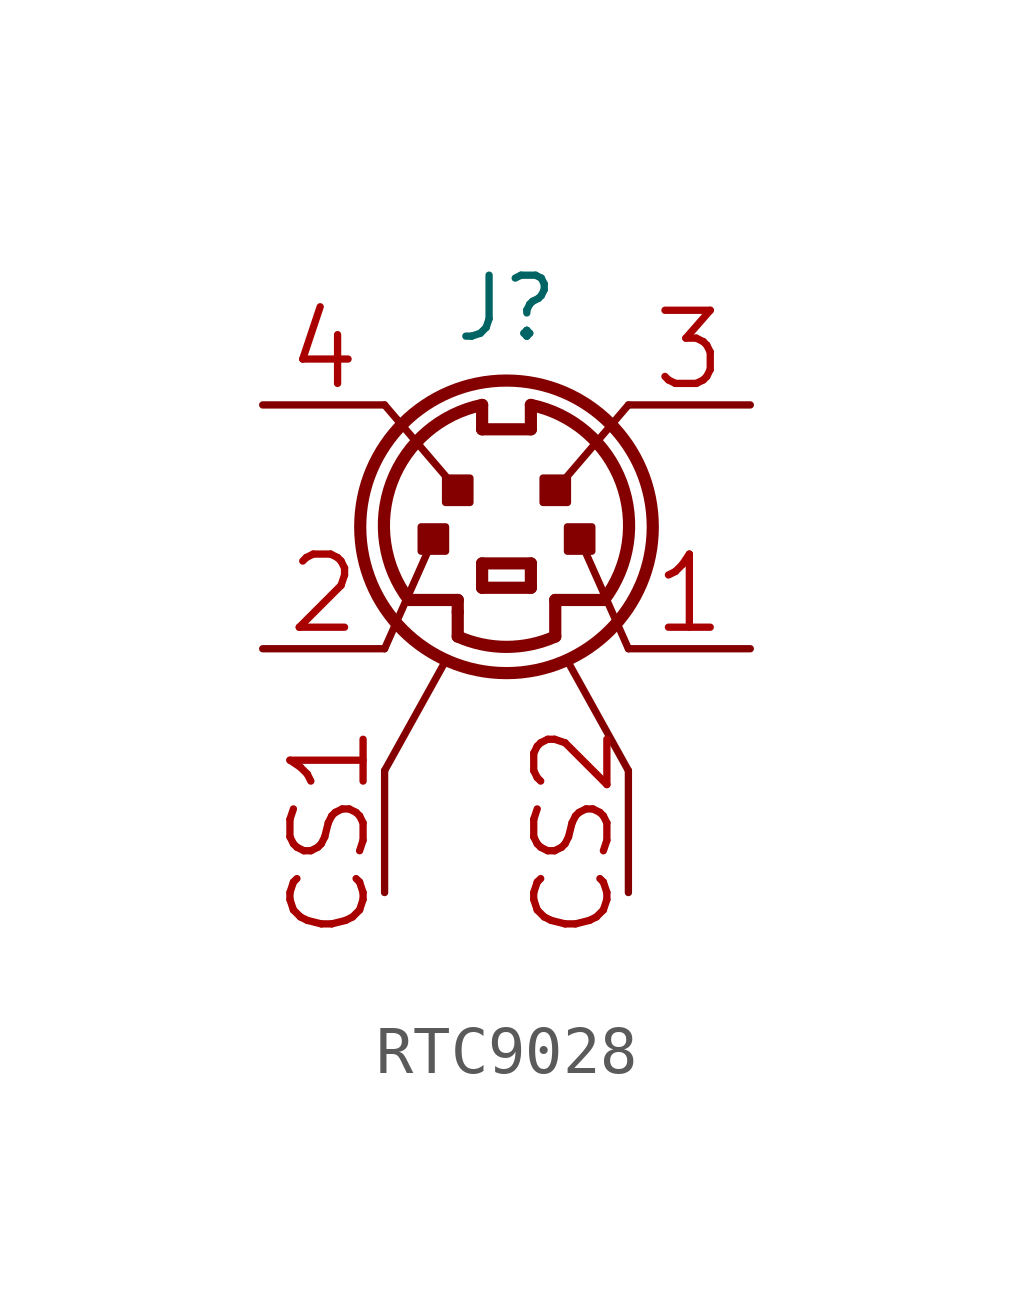
<source format=kicad_sym>
(kicad_symbol_lib
  (version 20241209)
  (generator "kicad_symbol_editor")
  (generator_version "9.0")
  (symbol "RTC9028"
    (property "Reference" "J"
      (at 0 3.81 0)
      (effects (font (size 1.27 1.27)) (justify bottom)))
    (property "Value" ""
      (at 3.81 0 0)
      (effects (font (size 1.27 1.27)) (justify left)))
    (property "ki_locked" ""
      (at 0 0 0)
      (effects (font (size 1.27 1.27))))
    (symbol "RTC9028_1_0"
      (polyline (pts (xy -2.54 2.54) (xy -1.016 0.762)) (stroke (width 0.152) (type solid)) (fill (type none)))
      (polyline (pts (xy -2.54 -2.54) (xy -1.524 -0.254)) (stroke (width 0.152) (type solid)) (fill (type none)))
      (polyline (pts (xy -2.54 -5.08) (xy -1.27 -2.794)) (stroke (width 0.152) (type solid)) (fill (type none)))
      (rectangle (start -1.778 -0.508) (end -1.27 0) (stroke (width 0) (type default)) (fill (type outline)))
      (rectangle (start -1.27 0.508) (end -0.762 1.016) (stroke (width 0) (type default)) (fill (type outline)))
      (polyline (pts (xy -1.016 -1.524) (xy -2.032 -1.524)) (stroke (width 0.254) (type solid)) (fill (type none)))
      (polyline (pts (xy -1.016 -1.778) (xy -1.016 -1.524)) (stroke (width 0.254) (type solid)) (fill (type none)))
      (polyline (pts (xy -1.016 -2.286) (xy -1.016 -1.778)) (stroke (width 0.254) (type solid)) (fill (type none)))
      (polyline (pts (xy -0.508 2.032) (xy -0.508 2.54)) (stroke (width 0.254) (type solid)) (fill (type none)))
      (polyline (pts (xy -0.508 2.032) (xy 0.508 2.032)) (stroke (width 0.254) (type solid)) (fill (type none)))
      (polyline (pts (xy -0.508 -0.762) (xy -0.508 -1.27)) (stroke (width 0.254) (type solid)) (fill (type none)))
      (polyline (pts (xy -0.508 -1.27) (xy 0.508 -1.27)) (stroke (width 0.254) (type solid)) (fill (type none)))
      (arc (start 0.508 2.5399) (mid 2.3912 0.9284) (end 2.032 -1.524) (stroke (width 0.254) (type solid)) (fill (type none)))
      (circle (center 0 0) (radius 3.048) (stroke (width 0.254) (type solid)) (fill (type none)))
      (arc (start 1.016 -2.286) (mid 0 -2.5016) (end -1.016 -2.286) (stroke (width 0.254) (type solid)) (fill (type none)))
      (arc (start -2.032 -1.524) (mid -2.3912 0.9284) (end -0.508 2.5399) (stroke (width 0.254) (type solid)) (fill (type none)))
      (polyline (pts (xy 0.508 2.032) (xy 0.508 2.54)) (stroke (width 0.254) (type solid)) (fill (type none)))
      (polyline (pts (xy 0.508 -0.762) (xy -0.508 -0.762)) (stroke (width 0.254) (type solid)) (fill (type none)))
      (polyline (pts (xy 0.508 -1.27) (xy 0.508 -0.762)) (stroke (width 0.254) (type solid)) (fill (type none)))
      (rectangle (start 0.762 0.508) (end 1.27 1.016) (stroke (width 0) (type default)) (fill (type outline)))
      (polyline (pts (xy 1.016 -1.524) (xy 2.032 -1.524)) (stroke (width 0.254) (type solid)) (fill (type none)))
      (polyline (pts (xy 1.016 -2.286) (xy 1.016 -1.524)) (stroke (width 0.254) (type solid)) (fill (type none)))
      (rectangle (start 1.27 -0.508) (end 1.778 0) (stroke (width 0) (type default)) (fill (type outline)))
      (polyline (pts (xy 2.54 2.54) (xy 1.016 0.762)) (stroke (width 0.152) (type solid)) (fill (type none)))
      (polyline (pts (xy 2.54 -2.54) (xy 1.524 -0.254)) (stroke (width 0.152) (type solid)) (fill (type none)))
      (polyline (pts (xy 2.54 -5.08) (xy 1.27 -2.794)) (stroke (width 0.152) (type solid)) (fill (type none)))
      (pin bidirectional line (at -5.08 2.54 0) (length 2.54) (name "4" (effects (font (size 0 0)))) (number "4" (effects (font (size 1.524 1.524)))))
      (pin bidirectional line (at -5.08 -2.54 0) (length 2.54) (name "2" (effects (font (size 0 0)))) (number "2" (effects (font (size 1.524 1.524)))))
      (pin bidirectional line (at -2.54 -7.62 90) (length 2.54) (name "CS1" (effects (font (size 0 0)))) (number "CS1" (effects (font (size 1.524 1.524)))))
      (pin bidirectional line (at 2.54 -7.62 90) (length 2.54) (name "CS2" (effects (font (size 0 0)))) (number "CS2" (effects (font (size 1.524 1.524)))))
      (pin bidirectional line (at 5.08 2.54 180) (length 2.54) (name "3" (effects (font (size 0 0)))) (number "3" (effects (font (size 1.524 1.524)))))
      (pin bidirectional line (at 5.08 -2.54 180) (length 2.54) (name "1" (effects (font (size 0 0)))) (number "1" (effects (font (size 1.524 1.524))))))))
</source>
